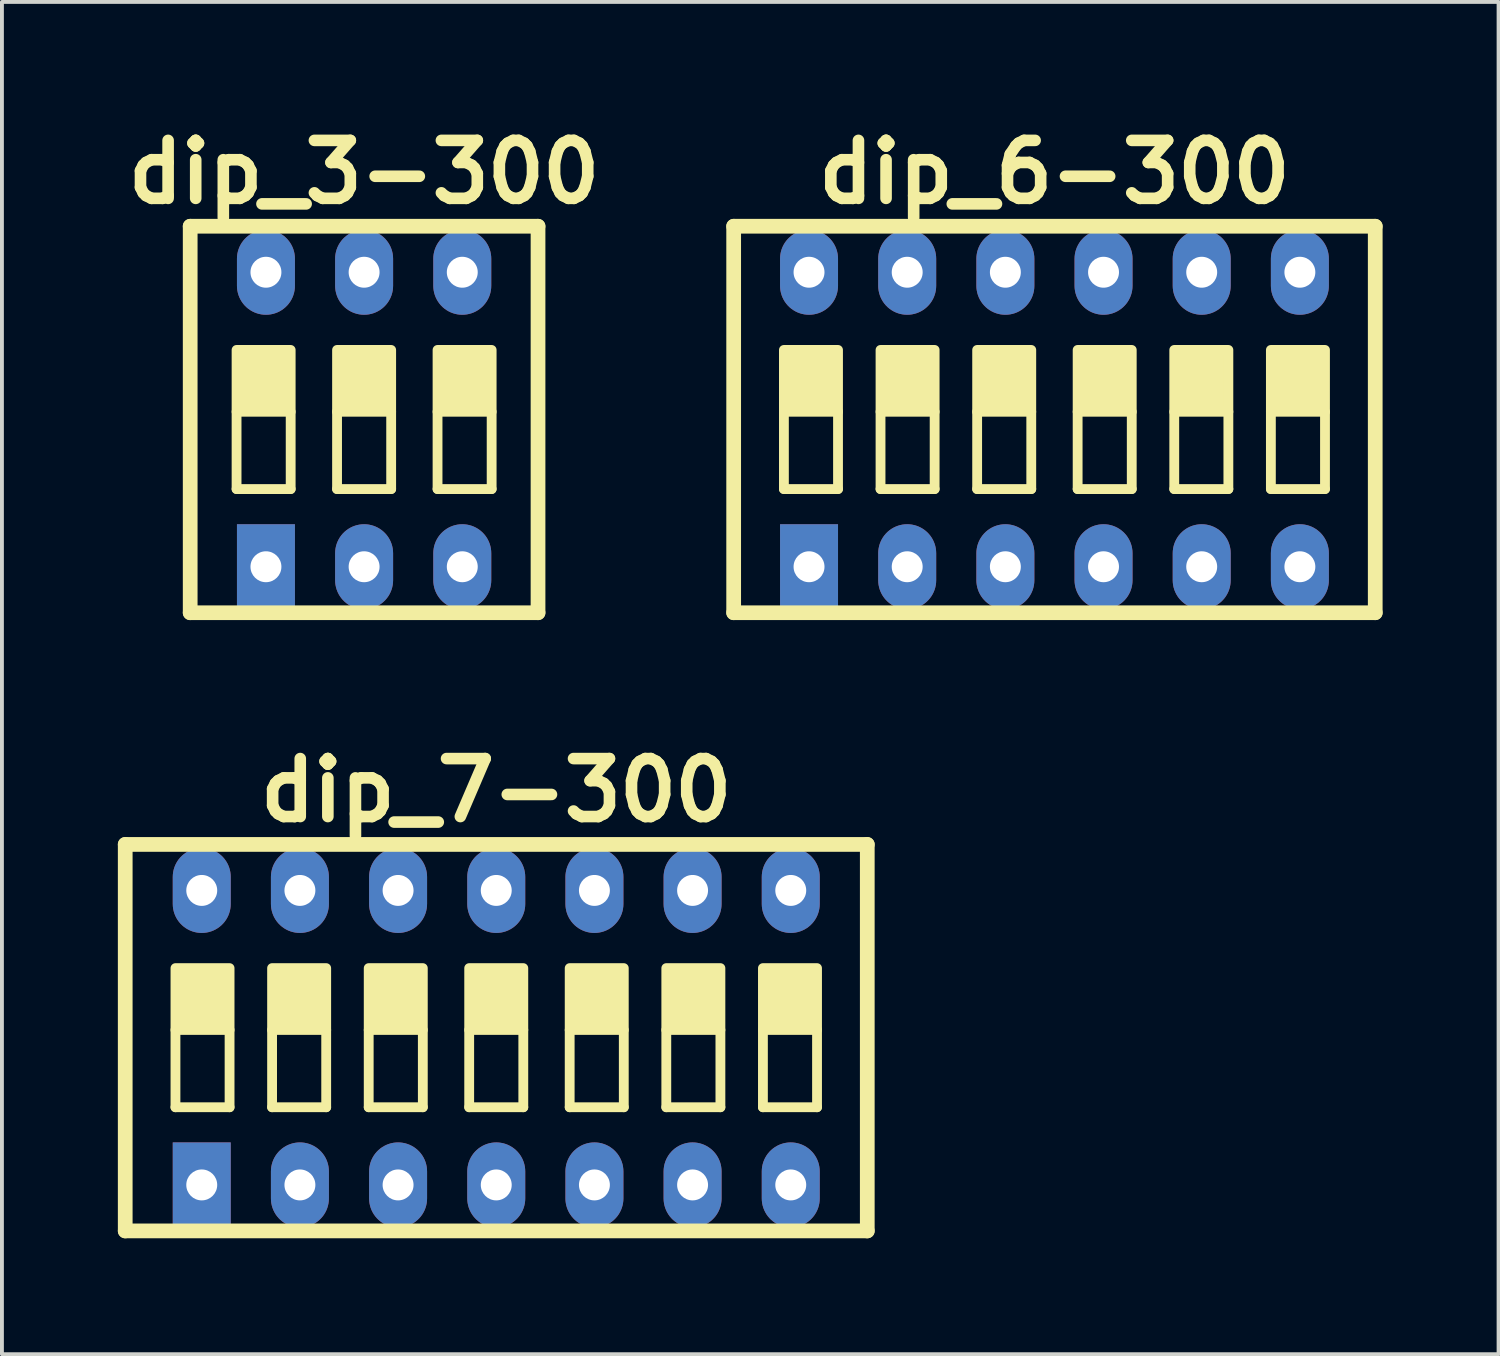
<source format=kicad_pcb>
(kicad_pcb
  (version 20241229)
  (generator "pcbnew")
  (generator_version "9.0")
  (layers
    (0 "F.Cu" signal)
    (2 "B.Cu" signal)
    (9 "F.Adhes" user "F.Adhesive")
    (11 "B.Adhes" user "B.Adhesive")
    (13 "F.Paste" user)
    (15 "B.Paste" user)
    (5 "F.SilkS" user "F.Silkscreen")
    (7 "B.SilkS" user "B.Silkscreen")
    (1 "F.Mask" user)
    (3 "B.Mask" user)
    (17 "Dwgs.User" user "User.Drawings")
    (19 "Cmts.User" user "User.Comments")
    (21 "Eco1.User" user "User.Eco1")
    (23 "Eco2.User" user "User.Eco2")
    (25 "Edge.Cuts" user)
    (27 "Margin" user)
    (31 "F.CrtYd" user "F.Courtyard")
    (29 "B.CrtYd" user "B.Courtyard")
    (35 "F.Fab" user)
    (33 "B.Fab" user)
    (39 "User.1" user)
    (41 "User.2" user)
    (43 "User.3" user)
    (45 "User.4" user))
  (footprint "dip_7-300"
    (layer "F.Cu")
    (at 9.79 23.799)
    (property "Reference" "dip_7-300" (at 0 -6.4 0) (layer "F.SilkS") (effects (font (size 1.5 1.5) (thickness 0.3))))
    (attr through_hole)
    (fp_line (start -9.6 5) (end -9.6 -5) (stroke (width 0.381) (type solid)) (layer "F.SilkS"))
    (fp_line (start -9.6 5) (end 9.6 5) (stroke (width 0.381) (type solid)) (layer "F.SilkS"))
    (fp_line (start -8.3 -0.2) (end -8.3 1.8) (stroke (width 0.254) (type solid)) (layer "F.SilkS"))
    (fp_line (start -8.3 1.8) (end -6.9 1.8) (stroke (width 0.254) (type solid)) (layer "F.SilkS"))
    (fp_line (start -6.9 1.8) (end -6.9 -0.2) (stroke (width 0.254) (type solid)) (layer "F.SilkS"))
    (fp_line (start -5.8 -0.2) (end -5.8 1.8) (stroke (width 0.254) (type solid)) (layer "F.SilkS"))
    (fp_line (start -5.8 1.8) (end -4.4 1.8) (stroke (width 0.254) (type solid)) (layer "F.SilkS"))
    (fp_line (start -4.4 1.8) (end -4.4 -0.2) (stroke (width 0.254) (type solid)) (layer "F.SilkS"))
    (fp_line (start -3.3 -0.2) (end -3.3 1.8) (stroke (width 0.254) (type solid)) (layer "F.SilkS"))
    (fp_line (start -3.3 1.8) (end -1.9 1.8) (stroke (width 0.254) (type solid)) (layer "F.SilkS"))
    (fp_line (start -1.9 1.8) (end -1.9 -0.2) (stroke (width 0.254) (type solid)) (layer "F.SilkS"))
    (fp_line (start -0.7 -0.2) (end -0.7 1.8) (stroke (width 0.254) (type solid)) (layer "F.SilkS"))
    (fp_line (start -0.7 1.8) (end 0.7 1.8) (stroke (width 0.254) (type solid)) (layer "F.SilkS"))
    (fp_line (start 0.7 1.8) (end 0.7 -0.2) (stroke (width 0.254) (type solid)) (layer "F.SilkS"))
    (fp_line (start 1.9 -0.2) (end 1.9 1.8) (stroke (width 0.254) (type solid)) (layer "F.SilkS"))
    (fp_line (start 1.9 1.8) (end 3.3 1.8) (stroke (width 0.254) (type solid)) (layer "F.SilkS"))
    (fp_line (start 3.3 1.8) (end 3.3 -0.2) (stroke (width 0.254) (type solid)) (layer "F.SilkS"))
    (fp_line (start 4.4 -0.2) (end 4.4 1.8) (stroke (width 0.254) (type solid)) (layer "F.SilkS"))
    (fp_line (start 4.4 1.8) (end 5.8 1.8) (stroke (width 0.254) (type solid)) (layer "F.SilkS"))
    (fp_line (start 5.8 1.8) (end 5.8 -0.2) (stroke (width 0.254) (type solid)) (layer "F.SilkS"))
    (fp_line (start 6.9 -0.2) (end 6.9 1.8) (stroke (width 0.254) (type solid)) (layer "F.SilkS"))
    (fp_line (start 6.9 1.8) (end 8.3 1.8) (stroke (width 0.254) (type solid)) (layer "F.SilkS"))
    (fp_line (start 8.3 1.8) (end 8.3 -0.2) (stroke (width 0.254) (type solid)) (layer "F.SilkS"))
    (fp_line (start 9.6 -5) (end -9.6 -5) (stroke (width 0.381) (type solid)) (layer "F.SilkS"))
    (fp_line (start 9.6 -5) (end 9.6 5) (stroke (width 0.381) (type solid)) (layer "F.SilkS"))
    (fp_poly (pts (xy -6.9 -0.2) (xy -8.3 -0.2) (xy -8.3 -1.8) (xy -6.9 -1.8)) (stroke (width 0.254) (type solid)) (fill yes) (layer "F.SilkS"))
    (fp_poly (pts (xy -4.4 -0.2) (xy -5.8 -0.2) (xy -5.8 -1.8) (xy -4.4 -1.8)) (stroke (width 0.254) (type solid)) (fill yes) (layer "F.SilkS"))
    (fp_poly (pts (xy -3.3 -0.2) (xy -1.9 -0.2) (xy -1.9 -1.8) (xy -3.3 -1.8)) (stroke (width 0.254) (type solid)) (fill yes) (layer "F.SilkS"))
    (fp_poly (pts (xy -0.7 -0.2) (xy 0.7 -0.2) (xy 0.7 -1.8) (xy -0.7 -1.8)) (stroke (width 0.254) (type solid)) (fill yes) (layer "F.SilkS"))
    (fp_poly (pts (xy 1.9 -0.2) (xy 3.3 -0.2) (xy 3.3 -1.8) (xy 1.9 -1.8)) (stroke (width 0.254) (type solid)) (fill yes) (layer "F.SilkS"))
    (fp_poly (pts (xy 4.4 -0.2) (xy 5.8 -0.2) (xy 5.8 -1.8) (xy 4.4 -1.8)) (stroke (width 0.254) (type solid)) (fill yes) (layer "F.SilkS"))
    (fp_poly (pts (xy 8.3 -0.2) (xy 6.9 -0.2) (xy 6.9 -1.8) (xy 8.3 -1.8)) (stroke (width 0.254) (type solid)) (fill yes) (layer "F.SilkS"))
    (pad "1" thru_hole rect (at -7.62 3.81) (size 1.5 2.2) (drill 0.8) (layers "*.Cu" "*.Mask"))
    (pad "2" thru_hole oval (at -5.08 3.81) (size 1.5 2.2) (drill 0.8) (layers "*.Cu" "*.Mask"))
    (pad "3" thru_hole oval (at -2.54 3.81) (size 1.5 2.2) (drill 0.8) (layers "*.Cu" "*.Mask"))
    (pad "4" thru_hole oval (at 0 3.81) (size 1.5 2.2) (drill 0.8) (layers "*.Cu" "*.Mask"))
    (pad "5" thru_hole oval (at 2.54 3.81) (size 1.5 2.2) (drill 0.8) (layers "*.Cu" "*.Mask"))
    (pad "6" thru_hole oval (at 5.08 3.81) (size 1.5 2.2) (drill 0.8) (layers "*.Cu" "*.Mask"))
    (pad "7" thru_hole oval (at 7.62 3.81) (size 1.5 2.2) (drill 0.8) (layers "*.Cu" "*.Mask"))
    (pad "8" thru_hole oval (at 7.62 -3.81) (size 1.5 2.2) (drill 0.8) (layers "*.Cu" "*.Mask"))
    (pad "9" thru_hole oval (at 5.08 -3.81) (size 1.5 2.2) (drill 0.8) (layers "*.Cu" "*.Mask"))
    (pad "10" thru_hole oval (at 2.54 -3.81) (size 1.5 2.2) (drill 0.8) (layers "*.Cu" "*.Mask"))
    (pad "11" thru_hole oval (at 0 -3.81) (size 1.5 2.2) (drill 0.8) (layers "*.Cu" "*.Mask"))
    (pad "12" thru_hole oval (at -2.54 -3.81) (size 1.5 2.2) (drill 0.8) (layers "*.Cu" "*.Mask"))
    (pad "13" thru_hole oval (at -5.08 -3.81) (size 1.5 2.2) (drill 0.8) (layers "*.Cu" "*.Mask"))
    (pad "14" thru_hole oval (at -7.62 -3.81) (size 1.5 2.2) (drill 0.8) (layers "*.Cu" "*.Mask")))
  (footprint "dip_6-300"
    (layer "F.Cu")
    (at 24.233 7.804)
    (property "Reference" "dip_6-300" (at 0 -6.4 0) (layer "F.SilkS") (effects (font (size 1.5 1.5) (thickness 0.3))))
    (attr through_hole)
    (fp_line (start -8.3 5) (end -8.3 -5) (stroke (width 0.381) (type solid)) (layer "F.SilkS"))
    (fp_line (start -8.3 5) (end 8.3 5) (stroke (width 0.381) (type solid)) (layer "F.SilkS"))
    (fp_line (start -7 -0.2) (end -7 1.8) (stroke (width 0.254) (type solid)) (layer "F.SilkS"))
    (fp_line (start -7 1.8) (end -5.6 1.8) (stroke (width 0.254) (type solid)) (layer "F.SilkS"))
    (fp_line (start -5.6 1.8) (end -5.6 -0.2) (stroke (width 0.254) (type solid)) (layer "F.SilkS"))
    (fp_line (start -4.5 -0.2) (end -4.5 1.8) (stroke (width 0.254) (type solid)) (layer "F.SilkS"))
    (fp_line (start -4.5 1.8) (end -3.1 1.8) (stroke (width 0.254) (type solid)) (layer "F.SilkS"))
    (fp_line (start -3.1 1.8) (end -3.1 -0.2) (stroke (width 0.254) (type solid)) (layer "F.SilkS"))
    (fp_line (start -2 -0.2) (end -2 1.8) (stroke (width 0.254) (type solid)) (layer "F.SilkS"))
    (fp_line (start -2 1.8) (end -0.6 1.8) (stroke (width 0.254) (type solid)) (layer "F.SilkS"))
    (fp_line (start -0.6 1.8) (end -0.6 -0.2) (stroke (width 0.254) (type solid)) (layer "F.SilkS"))
    (fp_line (start 0.6 -0.2) (end 0.6 1.8) (stroke (width 0.254) (type solid)) (layer "F.SilkS"))
    (fp_line (start 0.6 1.8) (end 2 1.8) (stroke (width 0.254) (type solid)) (layer "F.SilkS"))
    (fp_line (start 2 1.8) (end 2 -0.2) (stroke (width 0.254) (type solid)) (layer "F.SilkS"))
    (fp_line (start 3.1 -0.2) (end 3.1 1.8) (stroke (width 0.254) (type solid)) (layer "F.SilkS"))
    (fp_line (start 3.1 1.8) (end 4.5 1.8) (stroke (width 0.254) (type solid)) (layer "F.SilkS"))
    (fp_line (start 4.5 1.8) (end 4.5 -0.2) (stroke (width 0.254) (type solid)) (layer "F.SilkS"))
    (fp_line (start 5.6 -0.2) (end 5.6 1.8) (stroke (width 0.254) (type solid)) (layer "F.SilkS"))
    (fp_line (start 5.6 1.8) (end 7 1.8) (stroke (width 0.254) (type solid)) (layer "F.SilkS"))
    (fp_line (start 7 1.8) (end 7 -0.2) (stroke (width 0.254) (type solid)) (layer "F.SilkS"))
    (fp_line (start 8.3 -5) (end -8.3 -5) (stroke (width 0.381) (type solid)) (layer "F.SilkS"))
    (fp_line (start 8.3 -5) (end 8.3 5) (stroke (width 0.381) (type solid)) (layer "F.SilkS"))
    (fp_poly (pts (xy -5.6 -0.2) (xy -7 -0.2) (xy -7 -1.8) (xy -5.6 -1.8)) (stroke (width 0.254) (type solid)) (fill yes) (layer "F.SilkS"))
    (fp_poly (pts (xy -3.1 -0.2) (xy -4.5 -0.2) (xy -4.5 -1.8) (xy -3.1 -1.8)) (stroke (width 0.254) (type solid)) (fill yes) (layer "F.SilkS"))
    (fp_poly (pts (xy -2 -0.2) (xy -0.6 -0.2) (xy -0.6 -1.8) (xy -2 -1.8)) (stroke (width 0.254) (type solid)) (fill yes) (layer "F.SilkS"))
    (fp_poly (pts (xy 0.6 -0.2) (xy 2 -0.2) (xy 2 -1.8) (xy 0.6 -1.8)) (stroke (width 0.254) (type solid)) (fill yes) (layer "F.SilkS"))
    (fp_poly (pts (xy 3.1 -0.2) (xy 4.5 -0.2) (xy 4.5 -1.8) (xy 3.1 -1.8)) (stroke (width 0.254) (type solid)) (fill yes) (layer "F.SilkS"))
    (fp_poly (pts (xy 5.6 -0.2) (xy 7 -0.2) (xy 7 -1.8) (xy 5.6 -1.8)) (stroke (width 0.254) (type solid)) (fill yes) (layer "F.SilkS"))
    (pad "1" thru_hole rect (at -6.35 3.81) (size 1.5 2.2) (drill 0.8) (layers "*.Cu" "*.Mask"))
    (pad "2" thru_hole oval (at -3.81 3.81) (size 1.5 2.2) (drill 0.8) (layers "*.Cu" "*.Mask"))
    (pad "3" thru_hole oval (at -1.27 3.81) (size 1.5 2.2) (drill 0.8) (layers "*.Cu" "*.Mask"))
    (pad "4" thru_hole oval (at 1.27 3.81) (size 1.5 2.2) (drill 0.8) (layers "*.Cu" "*.Mask"))
    (pad "5" thru_hole oval (at 3.81 3.81) (size 1.5 2.2) (drill 0.8) (layers "*.Cu" "*.Mask"))
    (pad "6" thru_hole oval (at 6.35 3.81) (size 1.5 2.2) (drill 0.8) (layers "*.Cu" "*.Mask"))
    (pad "7" thru_hole oval (at 6.35 -3.81) (size 1.5 2.2) (drill 0.8) (layers "*.Cu" "*.Mask"))
    (pad "8" thru_hole oval (at 3.81 -3.81) (size 1.5 2.2) (drill 0.8) (layers "*.Cu" "*.Mask"))
    (pad "9" thru_hole oval (at 1.27 -3.81) (size 1.5 2.2) (drill 0.8) (layers "*.Cu" "*.Mask"))
    (pad "10" thru_hole oval (at -1.27 -3.81) (size 1.5 2.2) (drill 0.8) (layers "*.Cu" "*.Mask"))
    (pad "11" thru_hole oval (at -3.81 -3.81) (size 1.5 2.2) (drill 0.8) (layers "*.Cu" "*.Mask"))
    (pad "12" thru_hole oval (at -6.35 -3.81) (size 1.5 2.2) (drill 0.8) (layers "*.Cu" "*.Mask")))
  (footprint "dip_3-300"
    (layer "F.Cu")
    (at 6.371 7.804)
    (property "Reference" "dip_3-300" (at 0 -6.4 0) (layer "F.SilkS") (effects (font (size 1.5 1.5) (thickness 0.3))))
    (attr through_hole)
    (fp_line (start -4.5 -5) (end 4.5 -5) (stroke (width 0.381) (type solid)) (layer "F.SilkS"))
    (fp_line (start -4.5 5) (end -4.5 -5) (stroke (width 0.381) (type solid)) (layer "F.SilkS"))
    (fp_line (start -3.3 -0.2) (end -3.3 1.8) (stroke (width 0.254) (type solid)) (layer "F.SilkS"))
    (fp_line (start -3.3 1.8) (end -1.9 1.8) (stroke (width 0.254) (type solid)) (layer "F.SilkS"))
    (fp_line (start -1.9 1.8) (end -1.9 -0.2) (stroke (width 0.254) (type solid)) (layer "F.SilkS"))
    (fp_line (start -0.7 -0.2) (end -0.7 1.8) (stroke (width 0.254) (type solid)) (layer "F.SilkS"))
    (fp_line (start -0.7 1.8) (end 0.7 1.8) (stroke (width 0.254) (type solid)) (layer "F.SilkS"))
    (fp_line (start 0.7 1.8) (end 0.7 -0.2) (stroke (width 0.254) (type solid)) (layer "F.SilkS"))
    (fp_line (start 1.9 -0.2) (end 1.9 1.8) (stroke (width 0.254) (type solid)) (layer "F.SilkS"))
    (fp_line (start 1.9 1.8) (end 3.3 1.8) (stroke (width 0.254) (type solid)) (layer "F.SilkS"))
    (fp_line (start 3.3 1.8) (end 3.3 -0.2) (stroke (width 0.254) (type solid)) (layer "F.SilkS"))
    (fp_line (start 4.5 -5) (end 4.5 5) (stroke (width 0.381) (type solid)) (layer "F.SilkS"))
    (fp_line (start 4.5 5) (end -4.5 5) (stroke (width 0.381) (type solid)) (layer "F.SilkS"))
    (fp_poly (pts (xy -1.9 -0.2) (xy -3.3 -0.2) (xy -3.3 -1.8) (xy -1.9 -1.8)) (stroke (width 0.254) (type solid)) (fill yes) (layer "F.SilkS"))
    (fp_poly (pts (xy -0.7 -0.2) (xy 0.7 -0.2) (xy 0.7 -1.8) (xy -0.7 -1.8)) (stroke (width 0.254) (type solid)) (fill yes) (layer "F.SilkS"))
    (fp_poly (pts (xy 1.9 -0.2) (xy 3.3 -0.2) (xy 3.3 -1.8) (xy 1.9 -1.8)) (stroke (width 0.254) (type solid)) (fill yes) (layer "F.SilkS"))
    (pad "1" thru_hole rect (at -2.54 3.81) (size 1.5 2.2) (drill 0.8) (layers "*.Cu" "*.Mask"))
    (pad "2" thru_hole oval (at 0 3.81) (size 1.5 2.2) (drill 0.8) (layers "*.Cu" "*.Mask"))
    (pad "3" thru_hole oval (at 2.54 3.81) (size 1.5 2.2) (drill 0.8) (layers "*.Cu" "*.Mask"))
    (pad "4" thru_hole oval (at 2.54 -3.81) (size 1.5 2.2) (drill 0.8) (layers "*.Cu" "*.Mask"))
    (pad "5" thru_hole oval (at 0 -3.81) (size 1.5 2.2) (drill 0.8) (layers "*.Cu" "*.Mask"))
    (pad "6" thru_hole oval (at -2.54 -3.81) (size 1.5 2.2) (drill 0.8) (layers "*.Cu" "*.Mask")))
  (gr_rect
    (start -3 -3)
    (end 35.724 31.989)
    (stroke (width 0.1) (type default))
    (fill no)
    (layer "Edge.Cuts")))
</source>
